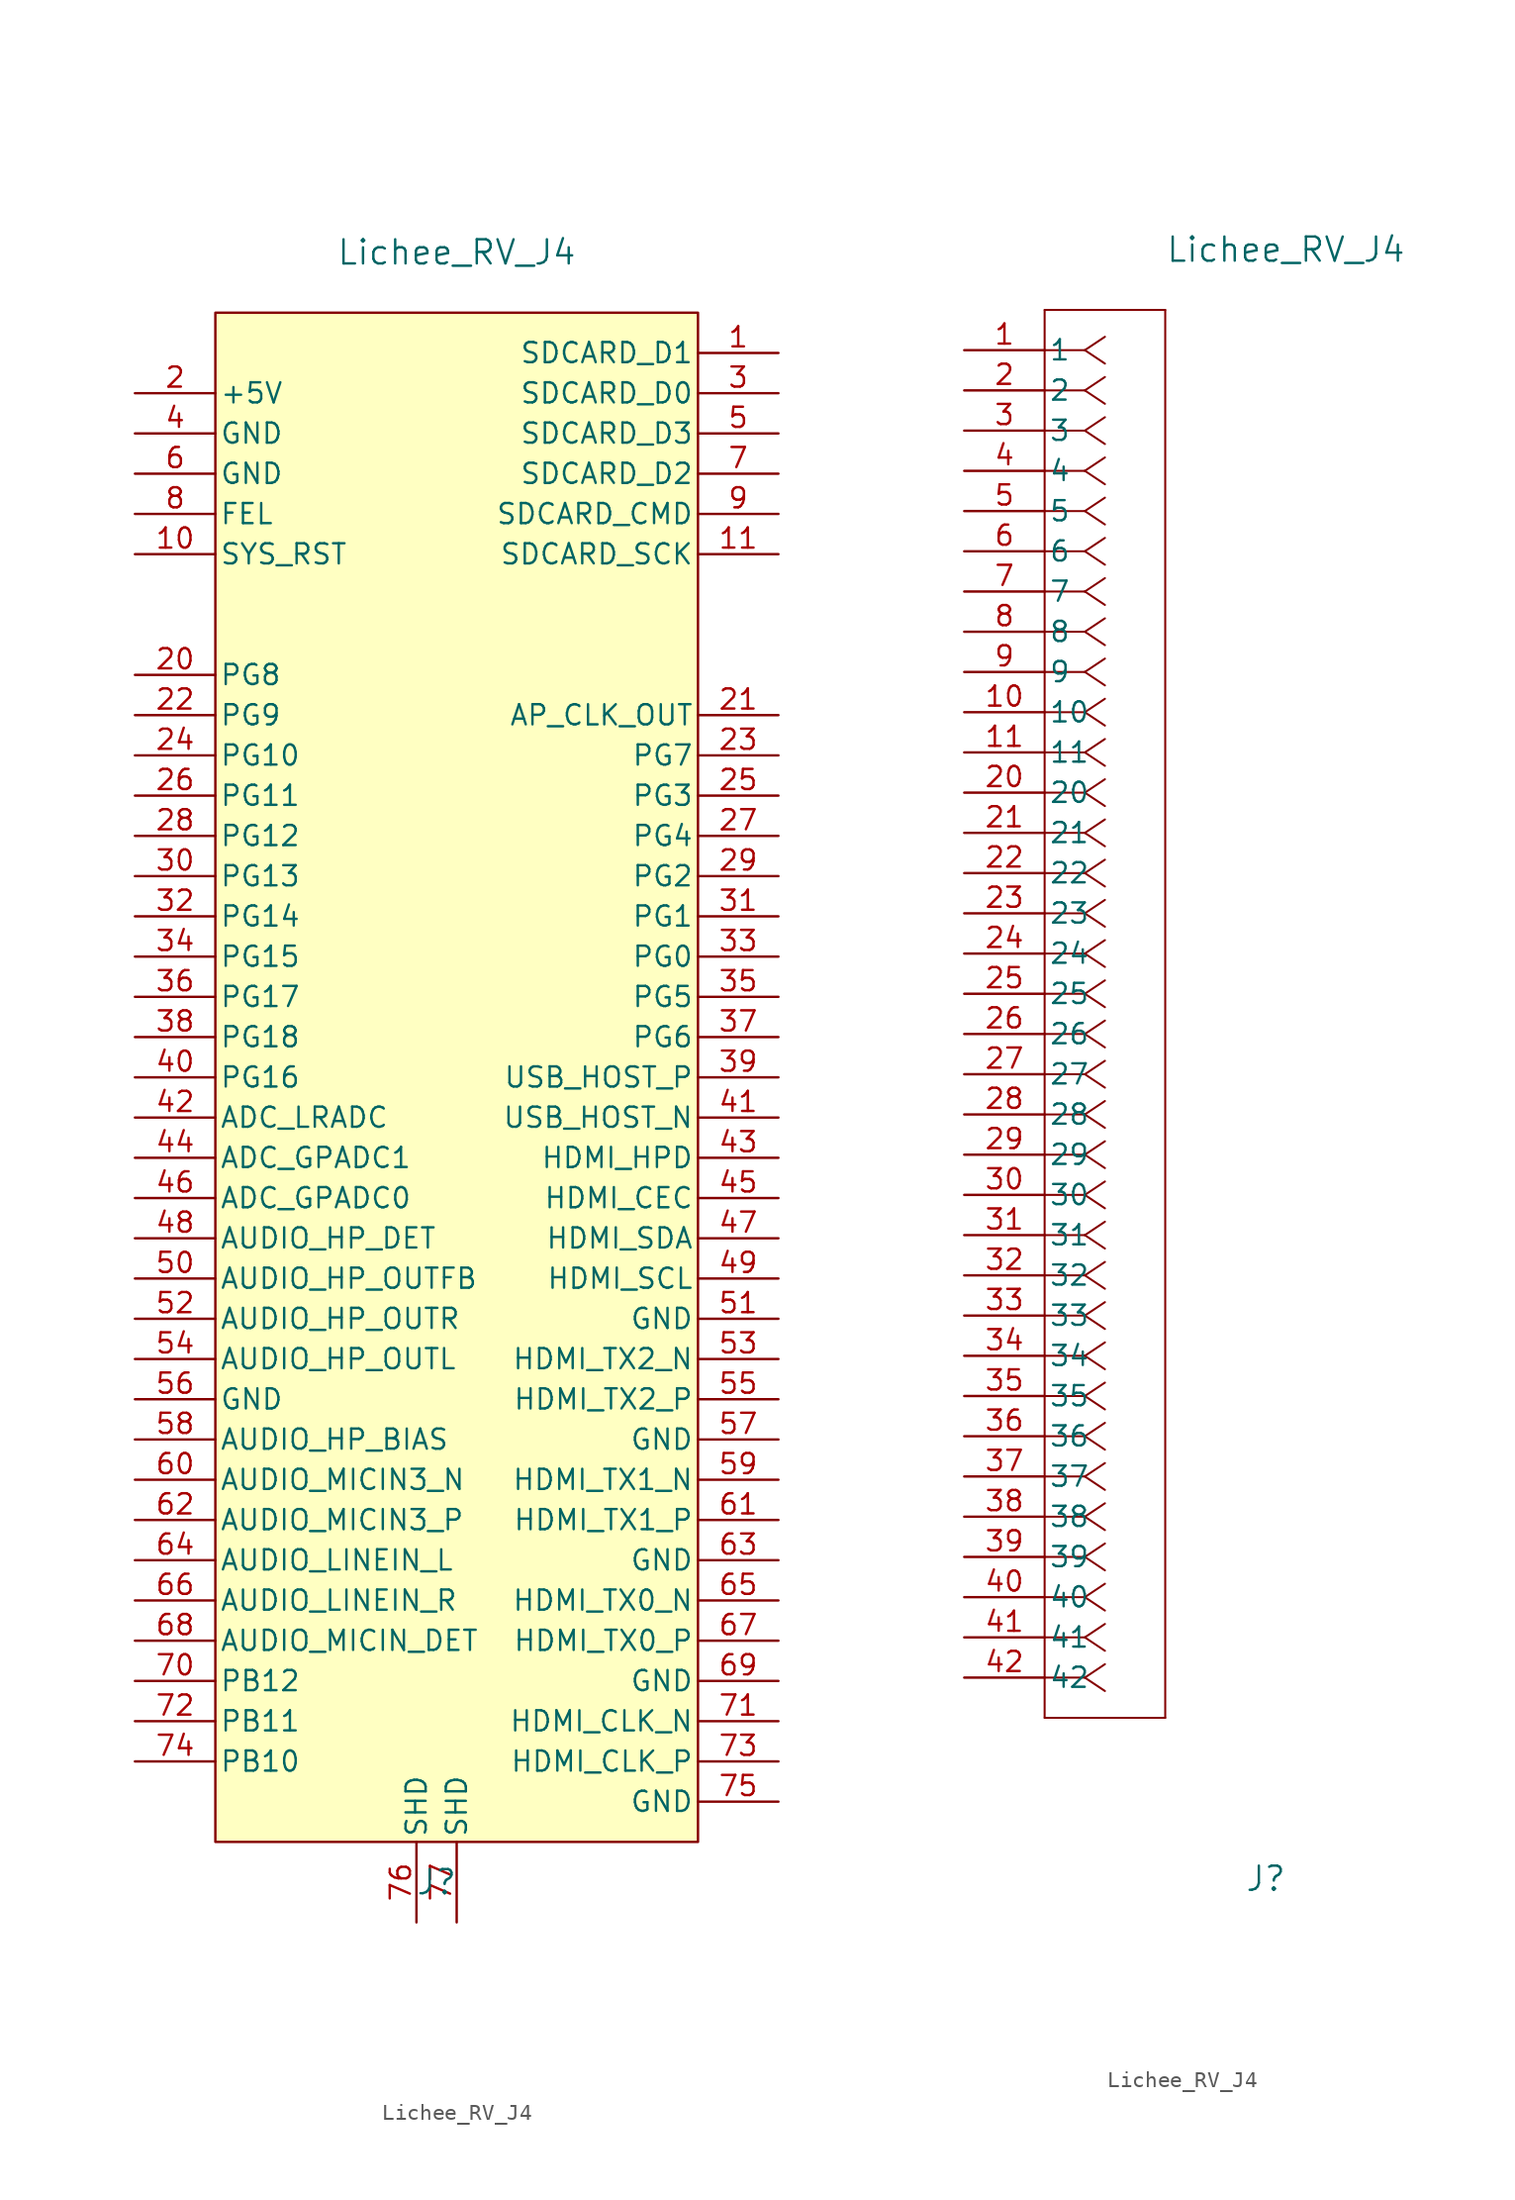
<source format=kicad_sym>
(kicad_symbol_lib
  (version 20220914)
  (generator kicad_symbol_editor)
  (symbol "Lichee_RV_J4"
    (pin_names
      (offset 0.254))
    (property "Reference" "J"
      (at 19.05 -96.52 0)
      (effects (font (size 1.524 1.524))))
    (property "Value" "Lichee_RV_J4"
      (at 20.32 6.35 0)
      (effects (font (size 1.524 1.524))))
    (symbol "Lichee_RV_J4_1_1"
      (rectangle (start 5.08 2.54) (end 35.56 -93.98) (stroke (width 0) (type default)) (fill (type background)))
      (pin unspecified line (at 40.64 0 180) (length 5.08) (name "SDCARD_D1" (effects (font (size 1.27 1.27)))) (number "1" (effects (font (size 1.27 1.27)))))
      (pin unspecified line (at 0 -12.7 0) (length 5.08) (name "SYS_RST" (effects (font (size 1.27 1.27)))) (number "10" (effects (font (size 1.27 1.27)))))
      (pin unspecified line (at 40.64 -12.7 180) (length 5.08) (name "SDCARD_SCK" (effects (font (size 1.27 1.27)))) (number "11" (effects (font (size 1.27 1.27)))))
      (pin unspecified line (at 0 -2.54 0) (length 5.08) (name "+5V" (effects (font (size 1.27 1.27)))) (number "2" (effects (font (size 1.27 1.27)))))
      (pin unspecified line (at 0 -20.32 0) (length 5.08) (name "PG8" (effects (font (size 1.27 1.27)))) (number "20" (effects (font (size 1.27 1.27)))))
      (pin unspecified line (at 40.64 -22.86 180) (length 5.08) (name "AP_CLK_OUT" (effects (font (size 1.27 1.27)))) (number "21" (effects (font (size 1.27 1.27)))))
      (pin unspecified line (at 0 -22.86 0) (length 5.08) (name "PG9" (effects (font (size 1.27 1.27)))) (number "22" (effects (font (size 1.27 1.27)))))
      (pin unspecified line (at 40.64 -25.4 180) (length 5.08) (name "PG7" (effects (font (size 1.27 1.27)))) (number "23" (effects (font (size 1.27 1.27)))))
      (pin unspecified line (at 0 -25.4 0) (length 5.08) (name "PG10" (effects (font (size 1.27 1.27)))) (number "24" (effects (font (size 1.27 1.27)))))
      (pin unspecified line (at 40.64 -27.94 180) (length 5.08) (name "PG3" (effects (font (size 1.27 1.27)))) (number "25" (effects (font (size 1.27 1.27)))))
      (pin unspecified line (at 0 -27.94 0) (length 5.08) (name "PG11" (effects (font (size 1.27 1.27)))) (number "26" (effects (font (size 1.27 1.27)))))
      (pin unspecified line (at 40.64 -30.48 180) (length 5.08) (name "PG4" (effects (font (size 1.27 1.27)))) (number "27" (effects (font (size 1.27 1.27)))))
      (pin unspecified line (at 0 -30.48 0) (length 5.08) (name "PG12" (effects (font (size 1.27 1.27)))) (number "28" (effects (font (size 1.27 1.27)))))
      (pin unspecified line (at 40.64 -33.02 180) (length 5.08) (name "PG2" (effects (font (size 1.27 1.27)))) (number "29" (effects (font (size 1.27 1.27)))))
      (pin unspecified line (at 40.64 -2.54 180) (length 5.08) (name "SDCARD_D0" (effects (font (size 1.27 1.27)))) (number "3" (effects (font (size 1.27 1.27)))))
      (pin unspecified line (at 0 -33.02 0) (length 5.08) (name "PG13" (effects (font (size 1.27 1.27)))) (number "30" (effects (font (size 1.27 1.27)))))
      (pin unspecified line (at 40.64 -35.56 180) (length 5.08) (name "PG1" (effects (font (size 1.27 1.27)))) (number "31" (effects (font (size 1.27 1.27)))))
      (pin unspecified line (at 0 -35.56 0) (length 5.08) (name "PG14" (effects (font (size 1.27 1.27)))) (number "32" (effects (font (size 1.27 1.27)))))
      (pin unspecified line (at 40.64 -38.1 180) (length 5.08) (name "PG0" (effects (font (size 1.27 1.27)))) (number "33" (effects (font (size 1.27 1.27)))))
      (pin unspecified line (at 0 -38.1 0) (length 5.08) (name "PG15" (effects (font (size 1.27 1.27)))) (number "34" (effects (font (size 1.27 1.27)))))
      (pin unspecified line (at 40.64 -40.64 180) (length 5.08) (name "PG5" (effects (font (size 1.27 1.27)))) (number "35" (effects (font (size 1.27 1.27)))))
      (pin unspecified line (at 0 -40.64 0) (length 5.08) (name "PG17" (effects (font (size 1.27 1.27)))) (number "36" (effects (font (size 1.27 1.27)))))
      (pin unspecified line (at 40.64 -43.18 180) (length 5.08) (name "PG6" (effects (font (size 1.27 1.27)))) (number "37" (effects (font (size 1.27 1.27)))))
      (pin unspecified line (at 0 -43.18 0) (length 5.08) (name "PG18" (effects (font (size 1.27 1.27)))) (number "38" (effects (font (size 1.27 1.27)))))
      (pin unspecified line (at 40.64 -45.72 180) (length 5.08) (name "USB_HOST_P" (effects (font (size 1.27 1.27)))) (number "39" (effects (font (size 1.27 1.27)))))
      (pin unspecified line (at 0 -5.08 0) (length 5.08) (name "GND" (effects (font (size 1.27 1.27)))) (number "4" (effects (font (size 1.27 1.27)))))
      (pin unspecified line (at 0 -45.72 0) (length 5.08) (name "PG16" (effects (font (size 1.27 1.27)))) (number "40" (effects (font (size 1.27 1.27)))))
      (pin unspecified line (at 40.64 -48.26 180) (length 5.08) (name "USB_HOST_N" (effects (font (size 1.27 1.27)))) (number "41" (effects (font (size 1.27 1.27)))))
      (pin unspecified line (at 0 -48.26 0) (length 5.08) (name "ADC_LRADC" (effects (font (size 1.27 1.27)))) (number "42" (effects (font (size 1.27 1.27)))))
      (pin unspecified line (at 40.64 -50.8 180) (length 5.08) (name "HDMI_HPD" (effects (font (size 1.27 1.27)))) (number "43" (effects (font (size 1.27 1.27)))))
      (pin unspecified line (at 0 -50.8 0) (length 5.08) (name "ADC_GPADC1" (effects (font (size 1.27 1.27)))) (number "44" (effects (font (size 1.27 1.27)))))
      (pin unspecified line (at 40.64 -53.34 180) (length 5.08) (name "HDMI_CEC" (effects (font (size 1.27 1.27)))) (number "45" (effects (font (size 1.27 1.27)))))
      (pin unspecified line (at 0 -53.34 0) (length 5.08) (name "ADC_GPADC0" (effects (font (size 1.27 1.27)))) (number "46" (effects (font (size 1.27 1.27)))))
      (pin unspecified line (at 40.64 -55.88 180) (length 5.08) (name "HDMI_SDA" (effects (font (size 1.27 1.27)))) (number "47" (effects (font (size 1.27 1.27)))))
      (pin unspecified line (at 0 -55.88 0) (length 5.08) (name "AUDIO_HP_DET" (effects (font (size 1.27 1.27)))) (number "48" (effects (font (size 1.27 1.27)))))
      (pin unspecified line (at 40.64 -58.42 180) (length 5.08) (name "HDMI_SCL" (effects (font (size 1.27 1.27)))) (number "49" (effects (font (size 1.27 1.27)))))
      (pin unspecified line (at 40.64 -5.08 180) (length 5.08) (name "SDCARD_D3" (effects (font (size 1.27 1.27)))) (number "5" (effects (font (size 1.27 1.27)))))
      (pin unspecified line (at 0 -58.42 0) (length 5.08) (name "AUDIO_HP_OUTFB" (effects (font (size 1.27 1.27)))) (number "50" (effects (font (size 1.27 1.27)))))
      (pin unspecified line (at 40.64 -60.96 180) (length 5.08) (name "GND" (effects (font (size 1.27 1.27)))) (number "51" (effects (font (size 1.27 1.27)))))
      (pin unspecified line (at 0 -60.96 0) (length 5.08) (name "AUDIO_HP_OUTR" (effects (font (size 1.27 1.27)))) (number "52" (effects (font (size 1.27 1.27)))))
      (pin unspecified line (at 40.64 -63.5 180) (length 5.08) (name "HDMI_TX2_N" (effects (font (size 1.27 1.27)))) (number "53" (effects (font (size 1.27 1.27)))))
      (pin unspecified line (at 0 -63.5 0) (length 5.08) (name "AUDIO_HP_OUTL" (effects (font (size 1.27 1.27)))) (number "54" (effects (font (size 1.27 1.27)))))
      (pin unspecified line (at 40.64 -66.04 180) (length 5.08) (name "HDMI_TX2_P" (effects (font (size 1.27 1.27)))) (number "55" (effects (font (size 1.27 1.27)))))
      (pin unspecified line (at 0 -66.04 0) (length 5.08) (name "GND" (effects (font (size 1.27 1.27)))) (number "56" (effects (font (size 1.27 1.27)))))
      (pin unspecified line (at 40.64 -68.58 180) (length 5.08) (name "GND" (effects (font (size 1.27 1.27)))) (number "57" (effects (font (size 1.27 1.27)))))
      (pin unspecified line (at 0 -68.58 0) (length 5.08) (name "AUDIO_HP_BIAS" (effects (font (size 1.27 1.27)))) (number "58" (effects (font (size 1.27 1.27)))))
      (pin unspecified line (at 40.64 -71.12 180) (length 5.08) (name "HDMI_TX1_N" (effects (font (size 1.27 1.27)))) (number "59" (effects (font (size 1.27 1.27)))))
      (pin unspecified line (at 0 -7.62 0) (length 5.08) (name "GND" (effects (font (size 1.27 1.27)))) (number "6" (effects (font (size 1.27 1.27)))))
      (pin unspecified line (at 0 -71.12 0) (length 5.08) (name "AUDIO_MICIN3_N" (effects (font (size 1.27 1.27)))) (number "60" (effects (font (size 1.27 1.27)))))
      (pin unspecified line (at 40.64 -73.66 180) (length 5.08) (name "HDMI_TX1_P" (effects (font (size 1.27 1.27)))) (number "61" (effects (font (size 1.27 1.27)))))
      (pin unspecified line (at 0 -73.66 0) (length 5.08) (name "AUDIO_MICIN3_P" (effects (font (size 1.27 1.27)))) (number "62" (effects (font (size 1.27 1.27)))))
      (pin unspecified line (at 40.64 -76.2 180) (length 5.08) (name "GND" (effects (font (size 1.27 1.27)))) (number "63" (effects (font (size 1.27 1.27)))))
      (pin unspecified line (at 0 -76.2 0) (length 5.08) (name "AUDIO_LINEIN_L" (effects (font (size 1.27 1.27)))) (number "64" (effects (font (size 1.27 1.27)))))
      (pin unspecified line (at 40.64 -78.74 180) (length 5.08) (name "HDMI_TX0_N" (effects (font (size 1.27 1.27)))) (number "65" (effects (font (size 1.27 1.27)))))
      (pin unspecified line (at 0 -78.74 0) (length 5.08) (name "AUDIO_LINEIN_R" (effects (font (size 1.27 1.27)))) (number "66" (effects (font (size 1.27 1.27)))))
      (pin unspecified line (at 40.64 -81.28 180) (length 5.08) (name "HDMI_TX0_P" (effects (font (size 1.27 1.27)))) (number "67" (effects (font (size 1.27 1.27)))))
      (pin unspecified line (at 0 -81.28 0) (length 5.08) (name "AUDIO_MICIN_DET" (effects (font (size 1.27 1.27)))) (number "68" (effects (font (size 1.27 1.27)))))
      (pin unspecified line (at 40.64 -83.82 180) (length 5.08) (name "GND" (effects (font (size 1.27 1.27)))) (number "69" (effects (font (size 1.27 1.27)))))
      (pin unspecified line (at 40.64 -7.62 180) (length 5.08) (name "SDCARD_D2" (effects (font (size 1.27 1.27)))) (number "7" (effects (font (size 1.27 1.27)))))
      (pin unspecified line (at 0 -83.82 0) (length 5.08) (name "PB12" (effects (font (size 1.27 1.27)))) (number "70" (effects (font (size 1.27 1.27)))))
      (pin unspecified line (at 40.64 -86.36 180) (length 5.08) (name "HDMI_CLK_N" (effects (font (size 1.27 1.27)))) (number "71" (effects (font (size 1.27 1.27)))))
      (pin unspecified line (at 0 -86.36 0) (length 5.08) (name "PB11" (effects (font (size 1.27 1.27)))) (number "72" (effects (font (size 1.27 1.27)))))
      (pin unspecified line (at 40.64 -88.9 180) (length 5.08) (name "HDMI_CLK_P" (effects (font (size 1.27 1.27)))) (number "73" (effects (font (size 1.27 1.27)))))
      (pin unspecified line (at 0 -88.9 0) (length 5.08) (name "PB10" (effects (font (size 1.27 1.27)))) (number "74" (effects (font (size 1.27 1.27)))))
      (pin unspecified line (at 40.64 -91.44 180) (length 5.08) (name "GND" (effects (font (size 1.27 1.27)))) (number "75" (effects (font (size 1.27 1.27)))))
      (pin unspecified line (at 17.78 -99.06 90) (length 5.08) (name "SHD" (effects (font (size 1.27 1.27)))) (number "76" (effects (font (size 1.27 1.27)))))
      (pin unspecified line (at 20.32 -99.06 90) (length 5.08) (name "SHD" (effects (font (size 1.27 1.27)))) (number "77" (effects (font (size 1.27 1.27)))))
      (pin unspecified line (at 0 -10.16 0) (length 5.08) (name "FEL" (effects (font (size 1.27 1.27)))) (number "8" (effects (font (size 1.27 1.27)))))
      (pin unspecified line (at 40.64 -10.16 180) (length 5.08) (name "SDCARD_CMD" (effects (font (size 1.27 1.27)))) (number "9" (effects (font (size 1.27 1.27))))))
    (symbol "Lichee_RV_J4_1_2"
      (polyline (pts (xy 5.08 -86.36) (xy 12.7 -86.36)) (stroke (width 0.127) (type default)) (fill (type none)))
      (polyline (pts (xy 5.08 2.54) (xy 5.08 -86.36)) (stroke (width 0.127) (type default)) (fill (type none)))
      (polyline (pts (xy 7.62 -83.82) (xy 5.08 -83.82)) (stroke (width 0.127) (type default)) (fill (type none)))
      (polyline (pts (xy 7.62 -83.82) (xy 8.89 -84.667)) (stroke (width 0.127) (type default)) (fill (type none)))
      (polyline (pts (xy 7.62 -83.82) (xy 8.89 -82.973)) (stroke (width 0.127) (type default)) (fill (type none)))
      (polyline (pts (xy 7.62 -81.28) (xy 5.08 -81.28)) (stroke (width 0.127) (type default)) (fill (type none)))
      (polyline (pts (xy 7.62 -81.28) (xy 8.89 -82.127)) (stroke (width 0.127) (type default)) (fill (type none)))
      (polyline (pts (xy 7.62 -81.28) (xy 8.89 -80.433)) (stroke (width 0.127) (type default)) (fill (type none)))
      (polyline (pts (xy 7.62 -78.74) (xy 5.08 -78.74)) (stroke (width 0.127) (type default)) (fill (type none)))
      (polyline (pts (xy 7.62 -78.74) (xy 8.89 -79.587)) (stroke (width 0.127) (type default)) (fill (type none)))
      (polyline (pts (xy 7.62 -78.74) (xy 8.89 -77.893)) (stroke (width 0.127) (type default)) (fill (type none)))
      (polyline (pts (xy 7.62 -76.2) (xy 5.08 -76.2)) (stroke (width 0.127) (type default)) (fill (type none)))
      (polyline (pts (xy 7.62 -76.2) (xy 8.89 -77.047)) (stroke (width 0.127) (type default)) (fill (type none)))
      (polyline (pts (xy 7.62 -76.2) (xy 8.89 -75.353)) (stroke (width 0.127) (type default)) (fill (type none)))
      (polyline (pts (xy 7.62 -73.66) (xy 5.08 -73.66)) (stroke (width 0.127) (type default)) (fill (type none)))
      (polyline (pts (xy 7.62 -73.66) (xy 8.89 -74.507)) (stroke (width 0.127) (type default)) (fill (type none)))
      (polyline (pts (xy 7.62 -73.66) (xy 8.89 -72.813)) (stroke (width 0.127) (type default)) (fill (type none)))
      (polyline (pts (xy 7.62 -71.12) (xy 5.08 -71.12)) (stroke (width 0.127) (type default)) (fill (type none)))
      (polyline (pts (xy 7.62 -71.12) (xy 8.89 -71.967)) (stroke (width 0.127) (type default)) (fill (type none)))
      (polyline (pts (xy 7.62 -71.12) (xy 8.89 -70.273)) (stroke (width 0.127) (type default)) (fill (type none)))
      (polyline (pts (xy 7.62 -68.58) (xy 5.08 -68.58)) (stroke (width 0.127) (type default)) (fill (type none)))
      (polyline (pts (xy 7.62 -68.58) (xy 8.89 -69.427)) (stroke (width 0.127) (type default)) (fill (type none)))
      (polyline (pts (xy 7.62 -68.58) (xy 8.89 -67.733)) (stroke (width 0.127) (type default)) (fill (type none)))
      (polyline (pts (xy 7.62 -66.04) (xy 5.08 -66.04)) (stroke (width 0.127) (type default)) (fill (type none)))
      (polyline (pts (xy 7.62 -66.04) (xy 8.89 -66.887)) (stroke (width 0.127) (type default)) (fill (type none)))
      (polyline (pts (xy 7.62 -66.04) (xy 8.89 -65.193)) (stroke (width 0.127) (type default)) (fill (type none)))
      (polyline (pts (xy 7.62 -63.5) (xy 5.08 -63.5)) (stroke (width 0.127) (type default)) (fill (type none)))
      (polyline (pts (xy 7.62 -63.5) (xy 8.89 -64.347)) (stroke (width 0.127) (type default)) (fill (type none)))
      (polyline (pts (xy 7.62 -63.5) (xy 8.89 -62.653)) (stroke (width 0.127) (type default)) (fill (type none)))
      (polyline (pts (xy 7.62 -60.96) (xy 5.08 -60.96)) (stroke (width 0.127) (type default)) (fill (type none)))
      (polyline (pts (xy 7.62 -60.96) (xy 8.89 -61.807)) (stroke (width 0.127) (type default)) (fill (type none)))
      (polyline (pts (xy 7.62 -60.96) (xy 8.89 -60.113)) (stroke (width 0.127) (type default)) (fill (type none)))
      (polyline (pts (xy 7.62 -58.42) (xy 5.08 -58.42)) (stroke (width 0.127) (type default)) (fill (type none)))
      (polyline (pts (xy 7.62 -58.42) (xy 8.89 -59.267)) (stroke (width 0.127) (type default)) (fill (type none)))
      (polyline (pts (xy 7.62 -58.42) (xy 8.89 -57.573)) (stroke (width 0.127) (type default)) (fill (type none)))
      (polyline (pts (xy 7.62 -55.88) (xy 5.08 -55.88)) (stroke (width 0.127) (type default)) (fill (type none)))
      (polyline (pts (xy 7.62 -55.88) (xy 8.89 -56.727)) (stroke (width 0.127) (type default)) (fill (type none)))
      (polyline (pts (xy 7.62 -55.88) (xy 8.89 -55.033)) (stroke (width 0.127) (type default)) (fill (type none)))
      (polyline (pts (xy 7.62 -53.34) (xy 5.08 -53.34)) (stroke (width 0.127) (type default)) (fill (type none)))
      (polyline (pts (xy 7.62 -53.34) (xy 8.89 -54.187)) (stroke (width 0.127) (type default)) (fill (type none)))
      (polyline (pts (xy 7.62 -53.34) (xy 8.89 -52.493)) (stroke (width 0.127) (type default)) (fill (type none)))
      (polyline (pts (xy 7.62 -50.8) (xy 5.08 -50.8)) (stroke (width 0.127) (type default)) (fill (type none)))
      (polyline (pts (xy 7.62 -50.8) (xy 8.89 -51.647)) (stroke (width 0.127) (type default)) (fill (type none)))
      (polyline (pts (xy 7.62 -50.8) (xy 8.89 -49.953)) (stroke (width 0.127) (type default)) (fill (type none)))
      (polyline (pts (xy 7.62 -48.26) (xy 5.08 -48.26)) (stroke (width 0.127) (type default)) (fill (type none)))
      (polyline (pts (xy 7.62 -48.26) (xy 8.89 -49.107)) (stroke (width 0.127) (type default)) (fill (type none)))
      (polyline (pts (xy 7.62 -48.26) (xy 8.89 -47.413)) (stroke (width 0.127) (type default)) (fill (type none)))
      (polyline (pts (xy 7.62 -45.72) (xy 5.08 -45.72)) (stroke (width 0.127) (type default)) (fill (type none)))
      (polyline (pts (xy 7.62 -45.72) (xy 8.89 -46.567)) (stroke (width 0.127) (type default)) (fill (type none)))
      (polyline (pts (xy 7.62 -45.72) (xy 8.89 -44.873)) (stroke (width 0.127) (type default)) (fill (type none)))
      (polyline (pts (xy 7.62 -43.18) (xy 5.08 -43.18)) (stroke (width 0.127) (type default)) (fill (type none)))
      (polyline (pts (xy 7.62 -43.18) (xy 8.89 -44.027)) (stroke (width 0.127) (type default)) (fill (type none)))
      (polyline (pts (xy 7.62 -43.18) (xy 8.89 -42.333)) (stroke (width 0.127) (type default)) (fill (type none)))
      (polyline (pts (xy 7.62 -40.64) (xy 5.08 -40.64)) (stroke (width 0.127) (type default)) (fill (type none)))
      (polyline (pts (xy 7.62 -40.64) (xy 8.89 -41.487)) (stroke (width 0.127) (type default)) (fill (type none)))
      (polyline (pts (xy 7.62 -40.64) (xy 8.89 -39.793)) (stroke (width 0.127) (type default)) (fill (type none)))
      (polyline (pts (xy 7.62 -38.1) (xy 5.08 -38.1)) (stroke (width 0.127) (type default)) (fill (type none)))
      (polyline (pts (xy 7.62 -38.1) (xy 8.89 -38.947)) (stroke (width 0.127) (type default)) (fill (type none)))
      (polyline (pts (xy 7.62 -38.1) (xy 8.89 -37.253)) (stroke (width 0.127) (type default)) (fill (type none)))
      (polyline (pts (xy 7.62 -35.56) (xy 5.08 -35.56)) (stroke (width 0.127) (type default)) (fill (type none)))
      (polyline (pts (xy 7.62 -35.56) (xy 8.89 -36.407)) (stroke (width 0.127) (type default)) (fill (type none)))
      (polyline (pts (xy 7.62 -35.56) (xy 8.89 -34.713)) (stroke (width 0.127) (type default)) (fill (type none)))
      (polyline (pts (xy 7.62 -33.02) (xy 5.08 -33.02)) (stroke (width 0.127) (type default)) (fill (type none)))
      (polyline (pts (xy 7.62 -33.02) (xy 8.89 -33.867)) (stroke (width 0.127) (type default)) (fill (type none)))
      (polyline (pts (xy 7.62 -33.02) (xy 8.89 -32.173)) (stroke (width 0.127) (type default)) (fill (type none)))
      (polyline (pts (xy 7.62 -30.48) (xy 5.08 -30.48)) (stroke (width 0.127) (type default)) (fill (type none)))
      (polyline (pts (xy 7.62 -30.48) (xy 8.89 -31.327)) (stroke (width 0.127) (type default)) (fill (type none)))
      (polyline (pts (xy 7.62 -30.48) (xy 8.89 -29.633)) (stroke (width 0.127) (type default)) (fill (type none)))
      (polyline (pts (xy 7.62 -27.94) (xy 5.08 -27.94)) (stroke (width 0.127) (type default)) (fill (type none)))
      (polyline (pts (xy 7.62 -27.94) (xy 8.89 -28.787)) (stroke (width 0.127) (type default)) (fill (type none)))
      (polyline (pts (xy 7.62 -27.94) (xy 8.89 -27.093)) (stroke (width 0.127) (type default)) (fill (type none)))
      (polyline (pts (xy 7.62 -25.4) (xy 5.08 -25.4)) (stroke (width 0.127) (type default)) (fill (type none)))
      (polyline (pts (xy 7.62 -25.4) (xy 8.89 -26.247)) (stroke (width 0.127) (type default)) (fill (type none)))
      (polyline (pts (xy 7.62 -25.4) (xy 8.89 -24.553)) (stroke (width 0.127) (type default)) (fill (type none)))
      (polyline (pts (xy 7.62 -22.86) (xy 5.08 -22.86)) (stroke (width 0.127) (type default)) (fill (type none)))
      (polyline (pts (xy 7.62 -22.86) (xy 8.89 -23.707)) (stroke (width 0.127) (type default)) (fill (type none)))
      (polyline (pts (xy 7.62 -22.86) (xy 8.89 -22.013)) (stroke (width 0.127) (type default)) (fill (type none)))
      (polyline (pts (xy 7.62 -20.32) (xy 5.08 -20.32)) (stroke (width 0.127) (type default)) (fill (type none)))
      (polyline (pts (xy 7.62 -20.32) (xy 8.89 -21.167)) (stroke (width 0.127) (type default)) (fill (type none)))
      (polyline (pts (xy 7.62 -20.32) (xy 8.89 -19.473)) (stroke (width 0.127) (type default)) (fill (type none)))
      (polyline (pts (xy 7.62 -17.78) (xy 5.08 -17.78)) (stroke (width 0.127) (type default)) (fill (type none)))
      (polyline (pts (xy 7.62 -17.78) (xy 8.89 -18.627)) (stroke (width 0.127) (type default)) (fill (type none)))
      (polyline (pts (xy 7.62 -17.78) (xy 8.89 -16.933)) (stroke (width 0.127) (type default)) (fill (type none)))
      (polyline (pts (xy 7.62 -15.24) (xy 5.08 -15.24)) (stroke (width 0.127) (type default)) (fill (type none)))
      (polyline (pts (xy 7.62 -15.24) (xy 8.89 -16.087)) (stroke (width 0.127) (type default)) (fill (type none)))
      (polyline (pts (xy 7.62 -15.24) (xy 8.89 -14.393)) (stroke (width 0.127) (type default)) (fill (type none)))
      (polyline (pts (xy 7.62 -12.7) (xy 5.08 -12.7)) (stroke (width 0.127) (type default)) (fill (type none)))
      (polyline (pts (xy 7.62 -12.7) (xy 8.89 -13.547)) (stroke (width 0.127) (type default)) (fill (type none)))
      (polyline (pts (xy 7.62 -12.7) (xy 8.89 -11.853)) (stroke (width 0.127) (type default)) (fill (type none)))
      (polyline (pts (xy 7.62 -10.16) (xy 5.08 -10.16)) (stroke (width 0.127) (type default)) (fill (type none)))
      (polyline (pts (xy 7.62 -10.16) (xy 8.89 -11.007)) (stroke (width 0.127) (type default)) (fill (type none)))
      (polyline (pts (xy 7.62 -10.16) (xy 8.89 -9.313)) (stroke (width 0.127) (type default)) (fill (type none)))
      (polyline (pts (xy 7.62 -7.62) (xy 5.08 -7.62)) (stroke (width 0.127) (type default)) (fill (type none)))
      (polyline (pts (xy 7.62 -7.62) (xy 8.89 -8.467)) (stroke (width 0.127) (type default)) (fill (type none)))
      (polyline (pts (xy 7.62 -7.62) (xy 8.89 -6.773)) (stroke (width 0.127) (type default)) (fill (type none)))
      (polyline (pts (xy 7.62 -5.08) (xy 5.08 -5.08)) (stroke (width 0.127) (type default)) (fill (type none)))
      (polyline (pts (xy 7.62 -5.08) (xy 8.89 -5.927)) (stroke (width 0.127) (type default)) (fill (type none)))
      (polyline (pts (xy 7.62 -5.08) (xy 8.89 -4.233)) (stroke (width 0.127) (type default)) (fill (type none)))
      (polyline (pts (xy 7.62 -2.54) (xy 5.08 -2.54)) (stroke (width 0.127) (type default)) (fill (type none)))
      (polyline (pts (xy 7.62 -2.54) (xy 8.89 -3.387)) (stroke (width 0.127) (type default)) (fill (type none)))
      (polyline (pts (xy 7.62 -2.54) (xy 8.89 -1.693)) (stroke (width 0.127) (type default)) (fill (type none)))
      (polyline (pts (xy 7.62 0) (xy 5.08 0)) (stroke (width 0.127) (type default)) (fill (type none)))
      (polyline (pts (xy 7.62 0) (xy 8.89 -0.847)) (stroke (width 0.127) (type default)) (fill (type none)))
      (polyline (pts (xy 7.62 0) (xy 8.89 0.847)) (stroke (width 0.127) (type default)) (fill (type none)))
      (polyline (pts (xy 12.7 -86.36) (xy 12.7 2.54)) (stroke (width 0.127) (type default)) (fill (type none)))
      (polyline (pts (xy 12.7 2.54) (xy 5.08 2.54)) (stroke (width 0.127) (type default)) (fill (type none)))
      (pin unspecified line (at 0 0 0) (length 5.08) (name "1" (effects (font (size 1.27 1.27)))) (number "1" (effects (font (size 1.27 1.27)))))
      (pin unspecified line (at 0 -22.86 0) (length 5.08) (name "10" (effects (font (size 1.27 1.27)))) (number "10" (effects (font (size 1.27 1.27)))))
      (pin unspecified line (at 0 -25.4 0) (length 5.08) (name "11" (effects (font (size 1.27 1.27)))) (number "11" (effects (font (size 1.27 1.27)))))
      (pin unspecified line (at 0 -2.54 0) (length 5.08) (name "2" (effects (font (size 1.27 1.27)))) (number "2" (effects (font (size 1.27 1.27)))))
      (pin unspecified line (at 0 -27.94 0) (length 5.08) (name "20" (effects (font (size 1.27 1.27)))) (number "20" (effects (font (size 1.27 1.27)))))
      (pin unspecified line (at 0 -30.48 0) (length 5.08) (name "21" (effects (font (size 1.27 1.27)))) (number "21" (effects (font (size 1.27 1.27)))))
      (pin unspecified line (at 0 -33.02 0) (length 5.08) (name "22" (effects (font (size 1.27 1.27)))) (number "22" (effects (font (size 1.27 1.27)))))
      (pin unspecified line (at 0 -35.56 0) (length 5.08) (name "23" (effects (font (size 1.27 1.27)))) (number "23" (effects (font (size 1.27 1.27)))))
      (pin unspecified line (at 0 -38.1 0) (length 5.08) (name "24" (effects (font (size 1.27 1.27)))) (number "24" (effects (font (size 1.27 1.27)))))
      (pin unspecified line (at 0 -40.64 0) (length 5.08) (name "25" (effects (font (size 1.27 1.27)))) (number "25" (effects (font (size 1.27 1.27)))))
      (pin unspecified line (at 0 -43.18 0) (length 5.08) (name "26" (effects (font (size 1.27 1.27)))) (number "26" (effects (font (size 1.27 1.27)))))
      (pin unspecified line (at 0 -45.72 0) (length 5.08) (name "27" (effects (font (size 1.27 1.27)))) (number "27" (effects (font (size 1.27 1.27)))))
      (pin unspecified line (at 0 -48.26 0) (length 5.08) (name "28" (effects (font (size 1.27 1.27)))) (number "28" (effects (font (size 1.27 1.27)))))
      (pin unspecified line (at 0 -50.8 0) (length 5.08) (name "29" (effects (font (size 1.27 1.27)))) (number "29" (effects (font (size 1.27 1.27)))))
      (pin unspecified line (at 0 -5.08 0) (length 5.08) (name "3" (effects (font (size 1.27 1.27)))) (number "3" (effects (font (size 1.27 1.27)))))
      (pin unspecified line (at 0 -53.34 0) (length 5.08) (name "30" (effects (font (size 1.27 1.27)))) (number "30" (effects (font (size 1.27 1.27)))))
      (pin unspecified line (at 0 -55.88 0) (length 5.08) (name "31" (effects (font (size 1.27 1.27)))) (number "31" (effects (font (size 1.27 1.27)))))
      (pin unspecified line (at 0 -58.42 0) (length 5.08) (name "32" (effects (font (size 1.27 1.27)))) (number "32" (effects (font (size 1.27 1.27)))))
      (pin unspecified line (at 0 -60.96 0) (length 5.08) (name "33" (effects (font (size 1.27 1.27)))) (number "33" (effects (font (size 1.27 1.27)))))
      (pin unspecified line (at 0 -63.5 0) (length 5.08) (name "34" (effects (font (size 1.27 1.27)))) (number "34" (effects (font (size 1.27 1.27)))))
      (pin unspecified line (at 0 -66.04 0) (length 5.08) (name "35" (effects (font (size 1.27 1.27)))) (number "35" (effects (font (size 1.27 1.27)))))
      (pin unspecified line (at 0 -68.58 0) (length 5.08) (name "36" (effects (font (size 1.27 1.27)))) (number "36" (effects (font (size 1.27 1.27)))))
      (pin unspecified line (at 0 -71.12 0) (length 5.08) (name "37" (effects (font (size 1.27 1.27)))) (number "37" (effects (font (size 1.27 1.27)))))
      (pin unspecified line (at 0 -73.66 0) (length 5.08) (name "38" (effects (font (size 1.27 1.27)))) (number "38" (effects (font (size 1.27 1.27)))))
      (pin unspecified line (at 0 -76.2 0) (length 5.08) (name "39" (effects (font (size 1.27 1.27)))) (number "39" (effects (font (size 1.27 1.27)))))
      (pin unspecified line (at 0 -7.62 0) (length 5.08) (name "4" (effects (font (size 1.27 1.27)))) (number "4" (effects (font (size 1.27 1.27)))))
      (pin unspecified line (at 0 -78.74 0) (length 5.08) (name "40" (effects (font (size 1.27 1.27)))) (number "40" (effects (font (size 1.27 1.27)))))
      (pin unspecified line (at 0 -81.28 0) (length 5.08) (name "41" (effects (font (size 1.27 1.27)))) (number "41" (effects (font (size 1.27 1.27)))))
      (pin unspecified line (at 0 -83.82 0) (length 5.08) (name "42" (effects (font (size 1.27 1.27)))) (number "42" (effects (font (size 1.27 1.27)))))
      (pin unspecified line (at 0 -10.16 0) (length 5.08) (name "5" (effects (font (size 1.27 1.27)))) (number "5" (effects (font (size 1.27 1.27)))))
      (pin unspecified line (at 0 -12.7 0) (length 5.08) (name "6" (effects (font (size 1.27 1.27)))) (number "6" (effects (font (size 1.27 1.27)))))
      (pin unspecified line (at 0 -15.24 0) (length 5.08) (name "7" (effects (font (size 1.27 1.27)))) (number "7" (effects (font (size 1.27 1.27)))))
      (pin unspecified line (at 0 -17.78 0) (length 5.08) (name "8" (effects (font (size 1.27 1.27)))) (number "8" (effects (font (size 1.27 1.27)))))
      (pin unspecified line (at 0 -20.32 0) (length 5.08) (name "9" (effects (font (size 1.27 1.27)))) (number "9" (effects (font (size 1.27 1.27))))))))
</source>
